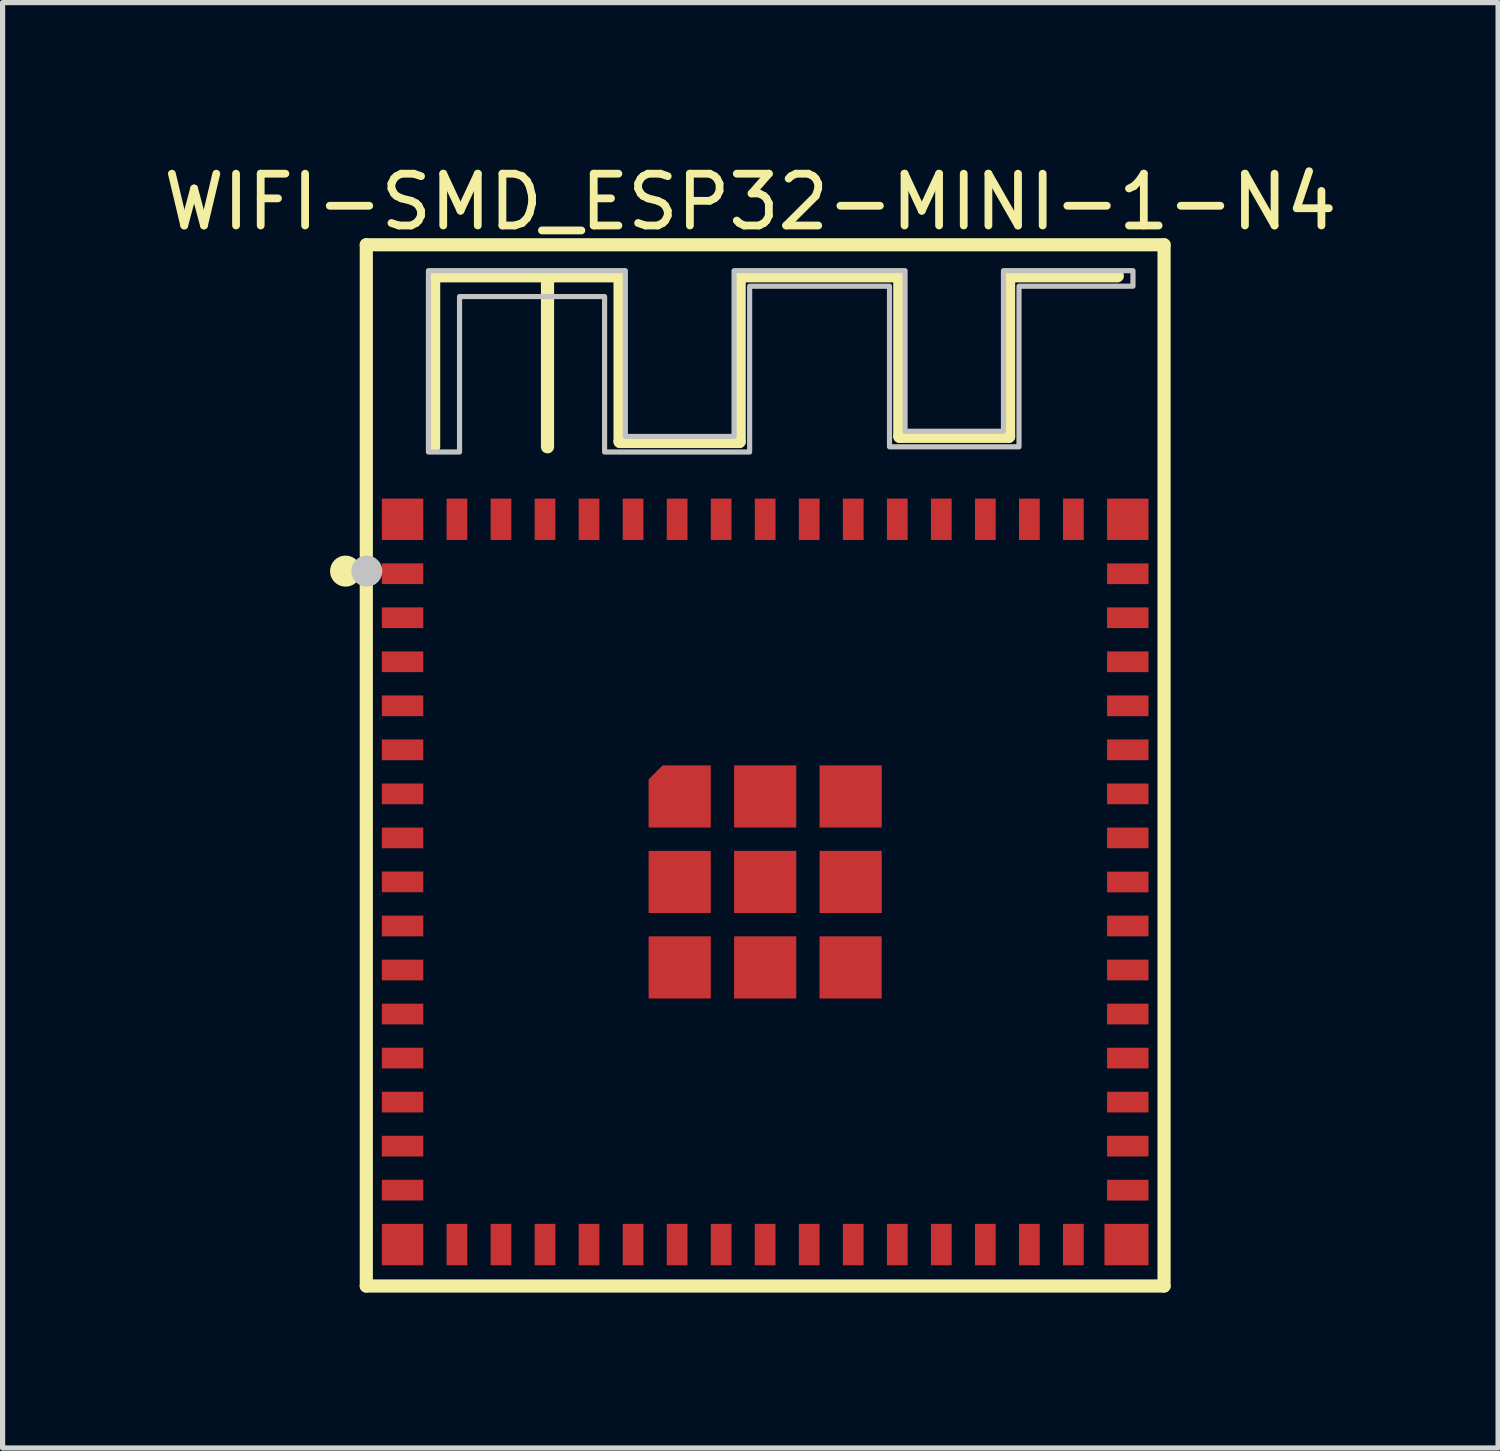
<source format=kicad_pcb>
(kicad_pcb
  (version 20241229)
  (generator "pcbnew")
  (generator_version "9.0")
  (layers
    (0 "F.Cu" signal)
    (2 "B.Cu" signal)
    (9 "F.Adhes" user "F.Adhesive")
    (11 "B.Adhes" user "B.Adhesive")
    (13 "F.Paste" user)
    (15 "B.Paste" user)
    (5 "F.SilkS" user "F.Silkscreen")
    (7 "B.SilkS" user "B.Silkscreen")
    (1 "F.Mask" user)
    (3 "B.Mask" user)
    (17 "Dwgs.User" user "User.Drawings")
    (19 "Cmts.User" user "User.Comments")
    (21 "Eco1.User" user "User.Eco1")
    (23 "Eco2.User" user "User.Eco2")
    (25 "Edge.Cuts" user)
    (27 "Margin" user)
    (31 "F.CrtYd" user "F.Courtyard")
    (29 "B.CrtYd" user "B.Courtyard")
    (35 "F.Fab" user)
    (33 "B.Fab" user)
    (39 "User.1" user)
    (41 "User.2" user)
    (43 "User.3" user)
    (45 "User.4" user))
  (footprint "WIFI-SMD_ESP32-MINI-1-N4"
    (layer "F.Cu")
    (at 11.721 13.975)
    (property "Reference" "WIFI-SMD_ESP32-MINI-1-N4" (at -0.286 -13.127 0) (layer "F.SilkS") (effects (font (size 1 1) (thickness 0.15))))
    (fp_line (start -7.7 -12.3) (end -7.7 7.8) (stroke (width 0.254) (type default)) (layer "F.SilkS"))
    (fp_line (start -7.7 7.8) (end 7.7 7.8) (stroke (width 0.254) (type default)) (layer "F.SilkS"))
    (fp_line (start -6.4 -11.7) (end -2.801 -11.7) (stroke (width 0.254) (type default)) (layer "F.SilkS"))
    (fp_line (start -6.4 -8.4) (end -6.4 -11.7) (stroke (width 0.254) (type default)) (layer "F.SilkS"))
    (fp_line (start -4.202 -11.7) (end -4.202 -8.4) (stroke (width 0.254) (type default)) (layer "F.SilkS"))
    (fp_line (start -2.801 -11.7) (end -2.801 -8.502) (stroke (width 0.254) (type default)) (layer "F.SilkS"))
    (fp_line (start -2.801 -8.502) (end -0.502 -8.502) (stroke (width 0.254) (type default)) (layer "F.SilkS"))
    (fp_line (start -0.502 -11.7) (end 2.599 -11.7) (stroke (width 0.254) (type default)) (layer "F.SilkS"))
    (fp_line (start -0.502 -8.502) (end -0.502 -11.7) (stroke (width 0.254) (type default)) (layer "F.SilkS"))
    (fp_line (start 2.599 -11.7) (end 2.599 -8.601) (stroke (width 0.254) (type default)) (layer "F.SilkS"))
    (fp_line (start 2.599 -8.601) (end 4.699 -8.601) (stroke (width 0.254) (type default)) (layer "F.SilkS"))
    (fp_line (start 4.699 -11.7) (end 6.798 -11.7) (stroke (width 0.254) (type default)) (layer "F.SilkS"))
    (fp_line (start 4.699 -8.601) (end 4.699 -11.7) (stroke (width 0.254) (type default)) (layer "F.SilkS"))
    (fp_line (start 7.7 -12.3) (end -7.7 -12.3) (stroke (width 0.254) (type default)) (layer "F.SilkS"))
    (fp_line (start 7.7 7.8) (end 7.7 -12.3) (stroke (width 0.254) (type default)) (layer "F.SilkS"))
    (fp_circle (center -8.1 -6) (end -7.95 -6) (stroke (width 0.3) (type default)) (fill no) (layer "F.SilkS"))
    (fp_circle (center -7.69 -6) (end -7.54 -6) (stroke (width 0.3) (type default)) (fill no) (layer "Dwgs.User"))
    (fp_poly (pts (xy -6.5 -8.3) (xy -6.5 -11.8) (xy -2.7 -11.8) (xy -2.7 -8.6) (xy -0.6 -8.6) (xy -0.6 -11.8) (xy 2.7 -11.8) (xy 2.7 -8.7) (xy 4.6 -8.7) (xy 4.6 -11.8) (xy 7.1 -11.8) (xy 7.1 -11.5) (xy 4.9 -11.5) (xy 4.9 -8.4) (xy 2.4 -8.4) (xy 2.4 -11.5) (xy -0.3 -11.5) (xy -0.3 -8.3) (xy -3.1 -8.3) (xy -3.1 -11.3) (xy -5.9 -11.3) (xy -5.9 -8.3)) (stroke (width 0.1) (type default)) (fill no) (layer "Dwgs.User"))
    (fp_poly (pts (xy -6.6 -6.6) (xy -6.6 -7.4) (xy -7.4 -7.4) (xy -7.4 -6.6)) (stroke (width 0.1) (type default)) (fill no) (layer "User.1"))
    (fp_poly (pts (xy -6.6 -5.75) (xy -6.6 -6.15) (xy -7.4 -6.15) (xy -7.4 -5.75)) (stroke (width 0.1) (type default)) (fill no) (layer "User.1"))
    (fp_poly (pts (xy -6.6 -4.9) (xy -6.6 -5.3) (xy -7.4 -5.3) (xy -7.4 -4.9)) (stroke (width 0.1) (type default)) (fill no) (layer "User.1"))
    (fp_poly (pts (xy -6.6 -4.05) (xy -6.6 -4.45) (xy -7.4 -4.45) (xy -7.4 -4.05)) (stroke (width 0.1) (type default)) (fill no) (layer "User.1"))
    (fp_poly (pts (xy -6.6 -3.2) (xy -6.6 -3.6) (xy -7.4 -3.6) (xy -7.4 -3.2)) (stroke (width 0.1) (type default)) (fill no) (layer "User.1"))
    (fp_poly (pts (xy -6.6 -2.35) (xy -6.6 -2.75) (xy -7.4 -2.75) (xy -7.4 -2.35)) (stroke (width 0.1) (type default)) (fill no) (layer "User.1"))
    (fp_poly (pts (xy -6.6 -1.5) (xy -6.6 -1.9) (xy -7.4 -1.9) (xy -7.4 -1.5)) (stroke (width 0.1) (type default)) (fill no) (layer "User.1"))
    (fp_poly (pts (xy -6.6 -0.65) (xy -6.6 -1.05) (xy -7.4 -1.05) (xy -7.4 -0.65)) (stroke (width 0.1) (type default)) (fill no) (layer "User.1"))
    (fp_poly (pts (xy -6.6 0.2) (xy -6.6 -0.2) (xy -7.4 -0.2) (xy -7.4 0.2)) (stroke (width 0.1) (type default)) (fill no) (layer "User.1"))
    (fp_poly (pts (xy -6.6 1.05) (xy -6.6 0.65) (xy -7.4 0.65) (xy -7.4 1.05)) (stroke (width 0.1) (type default)) (fill no) (layer "User.1"))
    (fp_poly (pts (xy -6.6 1.9) (xy -6.6 1.5) (xy -7.4 1.5) (xy -7.4 1.9)) (stroke (width 0.1) (type default)) (fill no) (layer "User.1"))
    (fp_poly (pts (xy -6.6 2.75) (xy -6.6 2.35) (xy -7.4 2.35) (xy -7.4 2.75)) (stroke (width 0.1) (type default)) (fill no) (layer "User.1"))
    (fp_poly (pts (xy -6.6 3.6) (xy -6.6 3.2) (xy -7.4 3.2) (xy -7.4 3.6)) (stroke (width 0.1) (type default)) (fill no) (layer "User.1"))
    (fp_poly (pts (xy -6.6 4.45) (xy -6.6 4.05) (xy -7.4 4.05) (xy -7.4 4.45)) (stroke (width 0.1) (type default)) (fill no) (layer "User.1"))
    (fp_poly (pts (xy -6.6 5.3) (xy -6.6 4.9) (xy -7.4 4.9) (xy -7.4 5.3)) (stroke (width 0.1) (type default)) (fill no) (layer "User.1"))
    (fp_poly (pts (xy -6.6 6.15) (xy -6.6 5.75) (xy -7.4 5.75) (xy -7.4 6.15)) (stroke (width 0.1) (type default)) (fill no) (layer "User.1"))
    (fp_poly (pts (xy -6.6 7.4) (xy -6.6 6.6) (xy -7.4 6.6) (xy -7.4 7.4)) (stroke (width 0.1) (type default)) (fill no) (layer "User.1"))
    (fp_poly (pts (xy -6.15 -6.6) (xy -5.75 -6.6) (xy -5.75 -7.4) (xy -6.15 -7.4)) (stroke (width 0.1) (type default)) (fill no) (layer "User.1"))
    (fp_poly (pts (xy -5.75 6.6) (xy -6.15 6.6) (xy -6.15 7.4) (xy -5.75 7.4)) (stroke (width 0.1) (type default)) (fill no) (layer "User.1"))
    (fp_poly (pts (xy -5.3 -6.6) (xy -4.9 -6.6) (xy -4.9 -7.4) (xy -5.3 -7.4)) (stroke (width 0.1) (type default)) (fill no) (layer "User.1"))
    (fp_poly (pts (xy -4.9 6.6) (xy -5.3 6.6) (xy -5.3 7.4) (xy -4.9 7.4)) (stroke (width 0.1) (type default)) (fill no) (layer "User.1"))
    (fp_poly (pts (xy -4.45 -6.6) (xy -4.05 -6.6) (xy -4.05 -7.4) (xy -4.45 -7.4)) (stroke (width 0.1) (type default)) (fill no) (layer "User.1"))
    (fp_poly (pts (xy -4.05 6.6) (xy -4.45 6.6) (xy -4.45 7.4) (xy -4.05 7.4)) (stroke (width 0.1) (type default)) (fill no) (layer "User.1"))
    (fp_poly (pts (xy -3.6 -6.6) (xy -3.2 -6.6) (xy -3.2 -7.4) (xy -3.6 -7.4)) (stroke (width 0.1) (type default)) (fill no) (layer "User.1"))
    (fp_poly (pts (xy -3.2 6.6) (xy -3.6 6.6) (xy -3.6 7.4) (xy -3.2 7.4)) (stroke (width 0.1) (type default)) (fill no) (layer "User.1"))
    (fp_poly (pts (xy -2.75 -6.6) (xy -2.35 -6.6) (xy -2.35 -7.4) (xy -2.75 -7.4)) (stroke (width 0.1) (type default)) (fill no) (layer "User.1"))
    (fp_poly (pts (xy -2.35 6.6) (xy -2.75 6.6) (xy -2.75 7.4) (xy -2.35 7.4)) (stroke (width 0.1) (type default)) (fill no) (layer "User.1"))
    (fp_poly (pts (xy -1.9 -6.6) (xy -1.5 -6.6) (xy -1.5 -7.4) (xy -1.9 -7.4)) (stroke (width 0.1) (type default)) (fill no) (layer "User.1"))
    (fp_poly (pts (xy -1.5 6.6) (xy -1.9 6.6) (xy -1.9 7.4) (xy -1.5 7.4)) (stroke (width 0.1) (type default)) (fill no) (layer "User.1"))
    (fp_poly (pts (xy -1.05 -6.6) (xy -0.65 -6.6) (xy -0.65 -7.4) (xy -1.05 -7.4)) (stroke (width 0.1) (type default)) (fill no) (layer "User.1"))
    (fp_poly (pts (xy -1.05 0.6) (xy -1.05 -0.6) (xy -2.25 -0.6) (xy -2.25 0.6)) (stroke (width 0.1) (type default)) (fill no) (layer "User.1"))
    (fp_poly (pts (xy -1.05 2.25) (xy -1.05 1.05) (xy -2.25 1.05) (xy -2.25 2.25)) (stroke (width 0.1) (type default)) (fill no) (layer "User.1"))
    (fp_poly (pts (xy -0.65 6.6) (xy -1.05 6.6) (xy -1.05 7.4) (xy -0.65 7.4)) (stroke (width 0.1) (type default)) (fill no) (layer "User.1"))
    (fp_poly (pts (xy -0.2 -6.6) (xy 0.2 -6.6) (xy 0.2 -7.4) (xy -0.2 -7.4)) (stroke (width 0.1) (type default)) (fill no) (layer "User.1"))
    (fp_poly (pts (xy 0.2 6.6) (xy -0.201 6.6) (xy -0.201 7.4) (xy 0.2 7.4)) (stroke (width 0.1) (type default)) (fill no) (layer "User.1"))
    (fp_poly (pts (xy 0.6 -1.05) (xy 0.6 -2.25) (xy -0.6 -2.25) (xy -0.6 -1.05)) (stroke (width 0.1) (type default)) (fill no) (layer "User.1"))
    (fp_poly (pts (xy 0.6 0.6) (xy 0.6 -0.6) (xy -0.6 -0.6) (xy -0.6 0.6)) (stroke (width 0.1) (type default)) (fill no) (layer "User.1"))
    (fp_poly (pts (xy 0.6 2.25) (xy 0.6 1.05) (xy -0.6 1.05) (xy -0.6 2.25)) (stroke (width 0.1) (type default)) (fill no) (layer "User.1"))
    (fp_poly (pts (xy 0.65 -6.6) (xy 1.05 -6.6) (xy 1.05 -7.4) (xy 0.65 -7.4)) (stroke (width 0.1) (type default)) (fill no) (layer "User.1"))
    (fp_poly (pts (xy 1.05 6.6) (xy 0.65 6.6) (xy 0.65 7.4) (xy 1.05 7.4)) (stroke (width 0.1) (type default)) (fill no) (layer "User.1"))
    (fp_poly (pts (xy 1.5 -6.6) (xy 1.9 -6.6) (xy 1.9 -7.4) (xy 1.5 -7.4)) (stroke (width 0.1) (type default)) (fill no) (layer "User.1"))
    (fp_poly (pts (xy 1.899 6.6) (xy 1.5 6.6) (xy 1.5 7.4) (xy 1.899 7.4)) (stroke (width 0.1) (type default)) (fill no) (layer "User.1"))
    (fp_poly (pts (xy 2.25 -1.05) (xy 2.25 -2.25) (xy 1.05 -2.25) (xy 1.05 -1.05)) (stroke (width 0.1) (type default)) (fill no) (layer "User.1"))
    (fp_poly (pts (xy 2.25 0.6) (xy 2.25 -0.6) (xy 1.05 -0.6) (xy 1.05 0.6)) (stroke (width 0.1) (type default)) (fill no) (layer "User.1"))
    (fp_poly (pts (xy 2.25 2.25) (xy 2.25 1.05) (xy 1.05 1.05) (xy 1.05 2.25)) (stroke (width 0.1) (type default)) (fill no) (layer "User.1"))
    (fp_poly (pts (xy 2.35 -6.6) (xy 2.75 -6.6) (xy 2.75 -7.4) (xy 2.35 -7.4)) (stroke (width 0.1) (type default)) (fill no) (layer "User.1"))
    (fp_poly (pts (xy 2.749 6.6) (xy 2.349 6.6) (xy 2.349 7.4) (xy 2.749 7.4)) (stroke (width 0.1) (type default)) (fill no) (layer "User.1"))
    (fp_poly (pts (xy 3.2 -6.6) (xy 3.6 -6.6) (xy 3.6 -7.4) (xy 3.2 -7.4)) (stroke (width 0.1) (type default)) (fill no) (layer "User.1"))
    (fp_poly (pts (xy 3.599 6.6) (xy 3.2 6.6) (xy 3.2 7.4) (xy 3.599 7.4)) (stroke (width 0.1) (type default)) (fill no) (layer "User.1"))
    (fp_poly (pts (xy 4.05 -6.6) (xy 4.45 -6.6) (xy 4.45 -7.4) (xy 4.05 -7.4)) (stroke (width 0.1) (type default)) (fill no) (layer "User.1"))
    (fp_poly (pts (xy 4.449 6.6) (xy 4.05 6.6) (xy 4.05 7.4) (xy 4.449 7.4)) (stroke (width 0.1) (type default)) (fill no) (layer "User.1"))
    (fp_poly (pts (xy 4.9 -6.6) (xy 5.3 -6.6) (xy 5.3 -7.4) (xy 4.9 -7.4)) (stroke (width 0.1) (type default)) (fill no) (layer "User.1"))
    (fp_poly (pts (xy 5.3 6.6) (xy 4.899 6.6) (xy 4.899 7.4) (xy 5.3 7.4)) (stroke (width 0.1) (type default)) (fill no) (layer "User.1"))
    (fp_poly (pts (xy 5.75 -6.6) (xy 6.15 -6.6) (xy 6.15 -7.4) (xy 5.75 -7.4)) (stroke (width 0.1) (type default)) (fill no) (layer "User.1"))
    (fp_poly (pts (xy 6.149 6.6) (xy 5.75 6.6) (xy 5.75 7.4) (xy 6.149 7.4)) (stroke (width 0.1) (type default)) (fill no) (layer "User.1"))
    (fp_poly (pts (xy 6.6 -6.15) (xy 6.6 -5.75) (xy 7.4 -5.75) (xy 7.4 -6.15)) (stroke (width 0.1) (type default)) (fill no) (layer "User.1"))
    (fp_poly (pts (xy 6.6 -5.3) (xy 6.6 -4.9) (xy 7.4 -4.9) (xy 7.4 -5.3)) (stroke (width 0.1) (type default)) (fill no) (layer "User.1"))
    (fp_poly (pts (xy 6.6 -4.45) (xy 6.6 -4.05) (xy 7.4 -4.05) (xy 7.4 -4.45)) (stroke (width 0.1) (type default)) (fill no) (layer "User.1"))
    (fp_poly (pts (xy 6.6 -3.6) (xy 6.6 -3.2) (xy 7.4 -3.2) (xy 7.4 -3.6)) (stroke (width 0.1) (type default)) (fill no) (layer "User.1"))
    (fp_poly (pts (xy 6.6 -2.75) (xy 6.6 -2.35) (xy 7.4 -2.35) (xy 7.4 -2.75)) (stroke (width 0.1) (type default)) (fill no) (layer "User.1"))
    (fp_poly (pts (xy 6.6 -1.9) (xy 6.6 -1.5) (xy 7.4 -1.5) (xy 7.4 -1.9)) (stroke (width 0.1) (type default)) (fill no) (layer "User.1"))
    (fp_poly (pts (xy 6.6 -1.05) (xy 6.6 -0.65) (xy 7.4 -0.65) (xy 7.4 -1.05)) (stroke (width 0.1) (type default)) (fill no) (layer "User.1"))
    (fp_poly (pts (xy 6.6 -0.2) (xy 6.6 0.2) (xy 7.4 0.2) (xy 7.4 -0.2)) (stroke (width 0.1) (type default)) (fill no) (layer "User.1"))
    (fp_poly (pts (xy 6.6 0.65) (xy 6.6 1.05) (xy 7.4 1.05) (xy 7.4 0.65)) (stroke (width 0.1) (type default)) (fill no) (layer "User.1"))
    (fp_poly (pts (xy 6.6 1.5) (xy 6.6 1.9) (xy 7.4 1.9) (xy 7.4 1.5)) (stroke (width 0.1) (type default)) (fill no) (layer "User.1"))
    (fp_poly (pts (xy 6.6 2.35) (xy 6.6 2.75) (xy 7.4 2.75) (xy 7.4 2.35)) (stroke (width 0.1) (type default)) (fill no) (layer "User.1"))
    (fp_poly (pts (xy 6.6 3.2) (xy 6.6 3.6) (xy 7.4 3.6) (xy 7.4 3.2)) (stroke (width 0.1) (type default)) (fill no) (layer "User.1"))
    (fp_poly (pts (xy 6.6 4.05) (xy 6.6 4.45) (xy 7.4 4.45) (xy 7.4 4.05)) (stroke (width 0.1) (type default)) (fill no) (layer "User.1"))
    (fp_poly (pts (xy 6.6 4.9) (xy 6.6 5.3) (xy 7.4 5.3) (xy 7.4 4.9)) (stroke (width 0.1) (type default)) (fill no) (layer "User.1"))
    (fp_poly (pts (xy 6.6 5.75) (xy 6.6 6.15) (xy 7.4 6.15) (xy 7.4 5.75)) (stroke (width 0.1) (type default)) (fill no) (layer "User.1"))
    (fp_poly (pts (xy 7.4 -6.6) (xy 7.4 -7.4) (xy 6.6 -7.4) (xy 6.6 -6.6)) (stroke (width 0.1) (type default)) (fill no) (layer "User.1"))
    (fp_poly (pts (xy 7.4 7.4) (xy 7.4 6.6) (xy 6.55 6.6) (xy 6.55 7.4)) (stroke (width 0.1) (type default)) (fill no) (layer "User.1"))
    (fp_poly (pts (xy -1.05 -1.05) (xy -2.25 -1.05) (xy -2.25 -1.96) (xy -2.25 -1.98) (xy -1.98 -2.25) (xy -1.05 -2.25)) (stroke (width 0.1) (type default)) (fill no) (layer "User.1"))
    (fp_line (start -7.7 -12.25) (end -7.7 7.75) (stroke (width 0.051) (type default)) (layer "User.2"))
    (fp_line (start -7.7 7.75) (end 7.7 7.75) (stroke (width 0.051) (type default)) (layer "User.2"))
    (fp_line (start 7.7 -12.25) (end -7.7 -12.25) (stroke (width 0.051) (type default)) (layer "User.2"))
    (fp_line (start 7.7 7.75) (end 7.7 -12.25) (stroke (width 0.051) (type default)) (layer "User.2"))
    (fp_poly (pts (xy -7.645 -12.273) (xy -7.677 -12.305) (xy -7.723 -12.305) (xy -7.755 -12.273) (xy -7.755 -12.227) (xy -7.723 -12.195) (xy -7.677 -12.195) (xy -7.645 -12.227)) (stroke (width 0.1) (type default)) (fill no) (layer "User.3"))
    (pad "1" smd rect (at -7 -5.95 90) (size 0.4 0.8) (layers "F.Cu" "F.Mask" "F.Paste"))
    (pad "2" smd rect (at -7 -5.1 90) (size 0.4 0.8) (layers "F.Cu" "F.Mask" "F.Paste"))
    (pad "3" smd rect (at -7 -4.25 90) (size 0.4 0.8) (layers "F.Cu" "F.Mask" "F.Paste"))
    (pad "4" smd rect (at -7 -3.4 90) (size 0.4 0.8) (layers "F.Cu" "F.Mask" "F.Paste"))
    (pad "5" smd rect (at -7 -2.55 90) (size 0.4 0.8) (layers "F.Cu" "F.Mask" "F.Paste"))
    (pad "6" smd rect (at -7 -1.7 90) (size 0.4 0.8) (layers "F.Cu" "F.Mask" "F.Paste"))
    (pad "7" smd rect (at -7 -0.85 90) (size 0.4 0.8) (layers "F.Cu" "F.Mask" "F.Paste"))
    (pad "8" smd rect (at -7 -0.001 90) (size 0.4 0.8) (layers "F.Cu" "F.Mask" "F.Paste"))
    (pad "9" smd rect (at -7 0.85 90) (size 0.4 0.8) (layers "F.Cu" "F.Mask" "F.Paste"))
    (pad "10" smd rect (at -7 1.7 90) (size 0.4 0.8) (layers "F.Cu" "F.Mask" "F.Paste"))
    (pad "11" smd rect (at -7 2.55 90) (size 0.4 0.8) (layers "F.Cu" "F.Mask" "F.Paste"))
    (pad "12" smd rect (at -7 3.4 90) (size 0.4 0.8) (layers "F.Cu" "F.Mask" "F.Paste"))
    (pad "13" smd rect (at -7 4.25 90) (size 0.4 0.8) (layers "F.Cu" "F.Mask" "F.Paste"))
    (pad "14" smd rect (at -7 5.1 90) (size 0.4 0.8) (layers "F.Cu" "F.Mask" "F.Paste"))
    (pad "15" smd rect (at -7 5.949 90) (size 0.4 0.8) (layers "F.Cu" "F.Mask" "F.Paste"))
    (pad "16" smd rect (at -5.95 7) (size 0.4 0.8) (layers "F.Cu" "F.Mask" "F.Paste"))
    (pad "17" smd rect (at -5.1 7) (size 0.4 0.8) (layers "F.Cu" "F.Mask" "F.Paste"))
    (pad "18" smd rect (at -4.25 7) (size 0.4 0.8) (layers "F.Cu" "F.Mask" "F.Paste"))
    (pad "19" smd rect (at -3.4 7) (size 0.4 0.8) (layers "F.Cu" "F.Mask" "F.Paste"))
    (pad "20" smd rect (at -2.55 7) (size 0.4 0.8) (layers "F.Cu" "F.Mask" "F.Paste"))
    (pad "21" smd rect (at -1.7 7) (size 0.4 0.8) (layers "F.Cu" "F.Mask" "F.Paste"))
    (pad "22" smd rect (at -0.85 7) (size 0.4 0.8) (layers "F.Cu" "F.Mask" "F.Paste"))
    (pad "23" smd rect (at -0.001 7) (size 0.4 0.8) (layers "F.Cu" "F.Mask" "F.Paste"))
    (pad "24" smd rect (at 0.85 7) (size 0.4 0.8) (layers "F.Cu" "F.Mask" "F.Paste"))
    (pad "25" smd rect (at 1.7 7) (size 0.4 0.8) (layers "F.Cu" "F.Mask" "F.Paste"))
    (pad "26" smd rect (at 2.55 7) (size 0.4 0.8) (layers "F.Cu" "F.Mask" "F.Paste"))
    (pad "27" smd rect (at 3.4 7) (size 0.4 0.8) (layers "F.Cu" "F.Mask" "F.Paste"))
    (pad "28" smd rect (at 4.25 7) (size 0.4 0.8) (layers "F.Cu" "F.Mask" "F.Paste"))
    (pad "29" smd rect (at 5.1 7) (size 0.4 0.8) (layers "F.Cu" "F.Mask" "F.Paste"))
    (pad "30" smd rect (at 5.949 7) (size 0.4 0.8) (layers "F.Cu" "F.Mask" "F.Paste"))
    (pad "31" smd rect (at 7 5.95 270) (size 0.4 0.8) (layers "F.Cu" "F.Mask" "F.Paste"))
    (pad "32" smd rect (at 7 5.1 270) (size 0.4 0.8) (layers "F.Cu" "F.Mask" "F.Paste"))
    (pad "33" smd rect (at 7 4.25 270) (size 0.4 0.8) (layers "F.Cu" "F.Mask" "F.Paste"))
    (pad "34" smd rect (at 7 3.4 270) (size 0.4 0.8) (layers "F.Cu" "F.Mask" "F.Paste"))
    (pad "35" smd rect (at 7 2.55 270) (size 0.4 0.8) (layers "F.Cu" "F.Mask" "F.Paste"))
    (pad "36" smd rect (at 7 1.7 270) (size 0.4 0.8) (layers "F.Cu" "F.Mask" "F.Paste"))
    (pad "37" smd rect (at 7 0.85 270) (size 0.4 0.8) (layers "F.Cu" "F.Mask" "F.Paste"))
    (pad "38" smd rect (at 7 0.001 270) (size 0.4 0.8) (layers "F.Cu" "F.Mask" "F.Paste"))
    (pad "39" smd rect (at 7 -0.85 270) (size 0.4 0.8) (layers "F.Cu" "F.Mask" "F.Paste"))
    (pad "40" smd rect (at 7 -1.7 270) (size 0.4 0.8) (layers "F.Cu" "F.Mask" "F.Paste"))
    (pad "41" smd rect (at 7 -2.55 270) (size 0.4 0.8) (layers "F.Cu" "F.Mask" "F.Paste"))
    (pad "42" smd rect (at 7 -3.4 270) (size 0.4 0.8) (layers "F.Cu" "F.Mask" "F.Paste"))
    (pad "43" smd rect (at 7 -4.25 270) (size 0.4 0.8) (layers "F.Cu" "F.Mask" "F.Paste"))
    (pad "44" smd rect (at 7 -5.1 270) (size 0.4 0.8) (layers "F.Cu" "F.Mask" "F.Paste"))
    (pad "45" smd rect (at 7 -5.949 270) (size 0.4 0.8) (layers "F.Cu" "F.Mask" "F.Paste"))
    (pad "46" smd rect (at 5.95 -7 180) (size 0.4 0.8) (layers "F.Cu" "F.Mask" "F.Paste"))
    (pad "47" smd rect (at 5.1 -7 180) (size 0.4 0.8) (layers "F.Cu" "F.Mask" "F.Paste"))
    (pad "48" smd rect (at 4.25 -7 180) (size 0.4 0.8) (layers "F.Cu" "F.Mask" "F.Paste"))
    (pad "49" smd rect (at 3.4 -7 180) (size 0.4 0.8) (layers "F.Cu" "F.Mask" "F.Paste"))
    (pad "50" smd rect (at 2.55 -7 180) (size 0.4 0.8) (layers "F.Cu" "F.Mask" "F.Paste"))
    (pad "51" smd rect (at 1.7 -7 180) (size 0.4 0.8) (layers "F.Cu" "F.Mask" "F.Paste"))
    (pad "52" smd rect (at 0.85 -7 180) (size 0.4 0.8) (layers "F.Cu" "F.Mask" "F.Paste"))
    (pad "53" smd rect (at 0 -7 180) (size 0.4 0.8) (layers "F.Cu" "F.Mask" "F.Paste"))
    (pad "54" smd rect (at -0.85 -7 180) (size 0.4 0.8) (layers "F.Cu" "F.Mask" "F.Paste"))
    (pad "55" smd rect (at -1.7 -7 180) (size 0.4 0.8) (layers "F.Cu" "F.Mask" "F.Paste"))
    (pad "56" smd rect (at -2.55 -7 180) (size 0.4 0.8) (layers "F.Cu" "F.Mask" "F.Paste"))
    (pad "57" smd rect (at -3.4 -7 180) (size 0.4 0.8) (layers "F.Cu" "F.Mask" "F.Paste"))
    (pad "58" smd rect (at -4.25 -7 180) (size 0.4 0.8) (layers "F.Cu" "F.Mask" "F.Paste"))
    (pad "59" smd rect (at -5.1 -7 180) (size 0.4 0.8) (layers "F.Cu" "F.Mask" "F.Paste"))
    (pad "60" smd rect (at -5.95 -7 180) (size 0.4 0.8) (layers "F.Cu" "F.Mask" "F.Paste"))
    (pad "61" smd custom (at -1.65 -1.515 90) (size 0.93 1.2) (layers "F.Cu" "F.Mask" "F.Paste") (options (anchor rect)) (primitives (gr_poly (pts (xy 0.465 -0.6) (xy -0.465 -0.6) (xy -0.465 0.6) (xy 0.735 0.6) (xy 0.735 -0.33)) (width 0) (fill yes))))
    (pad "61" smd rect (at -1.65 0 90) (size 1.2 1.2) (layers "F.Cu" "F.Mask" "F.Paste"))
    (pad "61" smd rect (at -1.65 1.65 90) (size 1.2 1.2) (layers "F.Cu" "F.Mask" "F.Paste"))
    (pad "61" smd rect (at 0 -1.65 90) (size 1.2 1.2) (layers "F.Cu" "F.Mask" "F.Paste"))
    (pad "61" smd rect (at 0 0 90) (size 1.2 1.2) (layers "F.Cu" "F.Mask" "F.Paste"))
    (pad "61" smd rect (at 0 1.65 90) (size 1.2 1.2) (layers "F.Cu" "F.Mask" "F.Paste"))
    (pad "61" smd rect (at 1.649 1.65 90) (size 1.2 1.2) (layers "F.Cu" "F.Mask" "F.Paste"))
    (pad "61" smd rect (at 1.65 -1.65 90) (size 1.2 1.2) (layers "F.Cu" "F.Mask" "F.Paste"))
    (pad "61" smd rect (at 1.65 0 90) (size 1.2 1.2) (layers "F.Cu" "F.Mask" "F.Paste"))
    (pad "62" smd rect (at -7 -7 90) (size 0.8 0.8) (layers "F.Cu" "F.Mask" "F.Paste"))
    (pad "63" smd rect (at -7 7 90) (size 0.8 0.8) (layers "F.Cu" "F.Mask" "F.Paste"))
    (pad "64" smd rect (at 6.975 7 90) (size 0.8 0.85) (layers "F.Cu" "F.Mask" "F.Paste"))
    (pad "65" smd rect (at 7 -7 90) (size 0.8 0.8) (layers "F.Cu" "F.Mask" "F.Paste"))
    (zone (net_name "") (layers "F.Cu" "B.Cu") (hatch edge 0.5) (connect_pads) (min_thickness 0.25) (filled_areas_thickness no) (keepout (tracks not_allowed) (vias not_allowed) (pads not_allowed) (copperpour not_allowed) (footprints allowed)) (placement (enabled no)) (fill) (polygon (pts (xy 2.721 6.475) (xy 20.721 6.475) (xy 20.721 0.475) (xy 2.721 0.475)))))
  (gr_rect
    (start -3 -3)
    (end 25.869 24.902)
    (stroke (width 0.1) (type default))
    (fill no)
    (layer "Edge.Cuts")))
</source>
